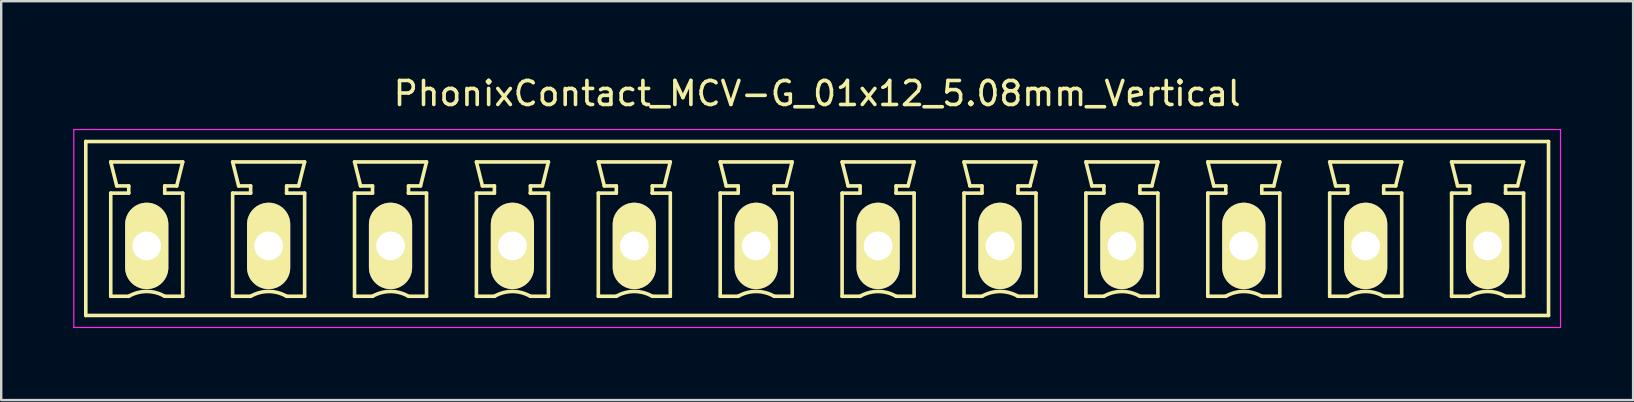
<source format=kicad_pcb>
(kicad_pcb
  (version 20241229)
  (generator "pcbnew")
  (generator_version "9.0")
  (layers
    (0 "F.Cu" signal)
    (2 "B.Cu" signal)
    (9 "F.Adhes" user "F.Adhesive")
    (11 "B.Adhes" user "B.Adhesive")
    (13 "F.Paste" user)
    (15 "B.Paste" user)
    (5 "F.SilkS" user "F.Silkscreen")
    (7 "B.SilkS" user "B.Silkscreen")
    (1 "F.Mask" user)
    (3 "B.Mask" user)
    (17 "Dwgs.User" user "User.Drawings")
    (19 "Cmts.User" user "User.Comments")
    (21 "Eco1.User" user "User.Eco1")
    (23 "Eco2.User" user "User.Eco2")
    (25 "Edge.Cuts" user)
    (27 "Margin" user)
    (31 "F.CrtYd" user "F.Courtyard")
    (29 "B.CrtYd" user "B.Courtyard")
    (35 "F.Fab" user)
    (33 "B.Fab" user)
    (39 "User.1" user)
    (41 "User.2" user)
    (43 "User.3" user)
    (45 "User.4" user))
  (footprint "PhonixContact_MCV-G_01x12_5.08mm_Vertical"
    (layer "F.Cu")
    (at 3.065 7.198)
    (property "Reference" "PhonixContact_MCV-G_01x12_5.08mm_Vertical" (at 27.94 -6.35 0) (layer "F.SilkS") (effects (font (size 1 1) (thickness 0.15))))
    (attr through_hole)
    (fp_line (start -2.54 -4.35) (end -2.54 2.9) (stroke (width 0.15) (type solid)) (layer "F.SilkS"))
    (fp_line (start -2.54 2.9) (end 58.42 2.9) (stroke (width 0.15) (type solid)) (layer "F.SilkS"))
    (fp_line (start -1.5 -3.5) (end 1.5 -3.5) (stroke (width 0.15) (type solid)) (layer "F.SilkS"))
    (fp_line (start -1.5 -2.2) (end -0.75 -2.2) (stroke (width 0.15) (type solid)) (layer "F.SilkS"))
    (fp_line (start -1.5 2.1) (end -1.5 -2.2) (stroke (width 0.15) (type solid)) (layer "F.SilkS"))
    (fp_line (start -1.25 -2.5) (end -1.5 -3.5) (stroke (width 0.15) (type solid)) (layer "F.SilkS"))
    (fp_line (start -0.75 -2.5) (end -1.25 -2.5) (stroke (width 0.15) (type solid)) (layer "F.SilkS"))
    (fp_line (start -0.75 -2.2) (end -0.75 -2.5) (stroke (width 0.15) (type solid)) (layer "F.SilkS"))
    (fp_line (start -0.75 2.1) (end -1.5 2.1) (stroke (width 0.15) (type solid)) (layer "F.SilkS"))
    (fp_line (start 0.75 -2.5) (end 0.75 -2.2) (stroke (width 0.15) (type solid)) (layer "F.SilkS"))
    (fp_line (start 0.75 -2.2) (end 0.75 -2.2) (stroke (width 0.15) (type solid)) (layer "F.SilkS"))
    (fp_line (start 0.75 -2.2) (end 1.5 -2.2) (stroke (width 0.15) (type solid)) (layer "F.SilkS"))
    (fp_line (start 1.25 -2.5) (end 0.75 -2.5) (stroke (width 0.15) (type solid)) (layer "F.SilkS"))
    (fp_line (start 1.5 -3.5) (end 1.25 -2.5) (stroke (width 0.15) (type solid)) (layer "F.SilkS"))
    (fp_line (start 1.5 -2.2) (end 1.5 2.1) (stroke (width 0.15) (type solid)) (layer "F.SilkS"))
    (fp_line (start 1.5 2.1) (end 0.75 2.1) (stroke (width 0.15) (type solid)) (layer "F.SilkS"))
    (fp_line (start 3.58 -3.5) (end 6.58 -3.5) (stroke (width 0.15) (type solid)) (layer "F.SilkS"))
    (fp_line (start 3.58 -2.2) (end 4.33 -2.2) (stroke (width 0.15) (type solid)) (layer "F.SilkS"))
    (fp_line (start 3.58 2.1) (end 3.58 -2.2) (stroke (width 0.15) (type solid)) (layer "F.SilkS"))
    (fp_line (start 3.83 -2.5) (end 3.58 -3.5) (stroke (width 0.15) (type solid)) (layer "F.SilkS"))
    (fp_line (start 4.33 -2.5) (end 3.83 -2.5) (stroke (width 0.15) (type solid)) (layer "F.SilkS"))
    (fp_line (start 4.33 -2.2) (end 4.33 -2.5) (stroke (width 0.15) (type solid)) (layer "F.SilkS"))
    (fp_line (start 4.33 2.1) (end 3.58 2.1) (stroke (width 0.15) (type solid)) (layer "F.SilkS"))
    (fp_line (start 5.83 -2.5) (end 5.83 -2.2) (stroke (width 0.15) (type solid)) (layer "F.SilkS"))
    (fp_line (start 5.83 -2.2) (end 5.83 -2.2) (stroke (width 0.15) (type solid)) (layer "F.SilkS"))
    (fp_line (start 5.83 -2.2) (end 6.58 -2.2) (stroke (width 0.15) (type solid)) (layer "F.SilkS"))
    (fp_line (start 6.33 -2.5) (end 5.83 -2.5) (stroke (width 0.15) (type solid)) (layer "F.SilkS"))
    (fp_line (start 6.58 -3.5) (end 6.33 -2.5) (stroke (width 0.15) (type solid)) (layer "F.SilkS"))
    (fp_line (start 6.58 -2.2) (end 6.58 2.1) (stroke (width 0.15) (type solid)) (layer "F.SilkS"))
    (fp_line (start 6.58 2.1) (end 5.83 2.1) (stroke (width 0.15) (type solid)) (layer "F.SilkS"))
    (fp_line (start 8.66 -3.5) (end 11.66 -3.5) (stroke (width 0.15) (type solid)) (layer "F.SilkS"))
    (fp_line (start 8.66 -2.2) (end 9.41 -2.2) (stroke (width 0.15) (type solid)) (layer "F.SilkS"))
    (fp_line (start 8.66 2.1) (end 8.66 -2.2) (stroke (width 0.15) (type solid)) (layer "F.SilkS"))
    (fp_line (start 8.91 -2.5) (end 8.66 -3.5) (stroke (width 0.15) (type solid)) (layer "F.SilkS"))
    (fp_line (start 9.41 -2.5) (end 8.91 -2.5) (stroke (width 0.15) (type solid)) (layer "F.SilkS"))
    (fp_line (start 9.41 -2.2) (end 9.41 -2.5) (stroke (width 0.15) (type solid)) (layer "F.SilkS"))
    (fp_line (start 9.41 2.1) (end 8.66 2.1) (stroke (width 0.15) (type solid)) (layer "F.SilkS"))
    (fp_line (start 10.91 -2.5) (end 10.91 -2.2) (stroke (width 0.15) (type solid)) (layer "F.SilkS"))
    (fp_line (start 10.91 -2.2) (end 10.91 -2.2) (stroke (width 0.15) (type solid)) (layer "F.SilkS"))
    (fp_line (start 10.91 -2.2) (end 11.66 -2.2) (stroke (width 0.15) (type solid)) (layer "F.SilkS"))
    (fp_line (start 11.41 -2.5) (end 10.91 -2.5) (stroke (width 0.15) (type solid)) (layer "F.SilkS"))
    (fp_line (start 11.66 -3.5) (end 11.41 -2.5) (stroke (width 0.15) (type solid)) (layer "F.SilkS"))
    (fp_line (start 11.66 -2.2) (end 11.66 2.1) (stroke (width 0.15) (type solid)) (layer "F.SilkS"))
    (fp_line (start 11.66 2.1) (end 10.91 2.1) (stroke (width 0.15) (type solid)) (layer "F.SilkS"))
    (fp_line (start 13.74 -3.5) (end 16.74 -3.5) (stroke (width 0.15) (type solid)) (layer "F.SilkS"))
    (fp_line (start 13.74 -2.2) (end 14.49 -2.2) (stroke (width 0.15) (type solid)) (layer "F.SilkS"))
    (fp_line (start 13.74 2.1) (end 13.74 -2.2) (stroke (width 0.15) (type solid)) (layer "F.SilkS"))
    (fp_line (start 13.99 -2.5) (end 13.74 -3.5) (stroke (width 0.15) (type solid)) (layer "F.SilkS"))
    (fp_line (start 14.49 -2.5) (end 13.99 -2.5) (stroke (width 0.15) (type solid)) (layer "F.SilkS"))
    (fp_line (start 14.49 -2.2) (end 14.49 -2.5) (stroke (width 0.15) (type solid)) (layer "F.SilkS"))
    (fp_line (start 14.49 2.1) (end 13.74 2.1) (stroke (width 0.15) (type solid)) (layer "F.SilkS"))
    (fp_line (start 15.99 -2.5) (end 15.99 -2.2) (stroke (width 0.15) (type solid)) (layer "F.SilkS"))
    (fp_line (start 15.99 -2.2) (end 15.99 -2.2) (stroke (width 0.15) (type solid)) (layer "F.SilkS"))
    (fp_line (start 15.99 -2.2) (end 16.74 -2.2) (stroke (width 0.15) (type solid)) (layer "F.SilkS"))
    (fp_line (start 16.49 -2.5) (end 15.99 -2.5) (stroke (width 0.15) (type solid)) (layer "F.SilkS"))
    (fp_line (start 16.74 -3.5) (end 16.49 -2.5) (stroke (width 0.15) (type solid)) (layer "F.SilkS"))
    (fp_line (start 16.74 -2.2) (end 16.74 2.1) (stroke (width 0.15) (type solid)) (layer "F.SilkS"))
    (fp_line (start 16.74 2.1) (end 15.99 2.1) (stroke (width 0.15) (type solid)) (layer "F.SilkS"))
    (fp_line (start 18.82 -3.5) (end 21.82 -3.5) (stroke (width 0.15) (type solid)) (layer "F.SilkS"))
    (fp_line (start 18.82 -2.2) (end 19.57 -2.2) (stroke (width 0.15) (type solid)) (layer "F.SilkS"))
    (fp_line (start 18.82 2.1) (end 18.82 -2.2) (stroke (width 0.15) (type solid)) (layer "F.SilkS"))
    (fp_line (start 19.07 -2.5) (end 18.82 -3.5) (stroke (width 0.15) (type solid)) (layer "F.SilkS"))
    (fp_line (start 19.57 -2.5) (end 19.07 -2.5) (stroke (width 0.15) (type solid)) (layer "F.SilkS"))
    (fp_line (start 19.57 -2.2) (end 19.57 -2.5) (stroke (width 0.15) (type solid)) (layer "F.SilkS"))
    (fp_line (start 19.57 2.1) (end 18.82 2.1) (stroke (width 0.15) (type solid)) (layer "F.SilkS"))
    (fp_line (start 21.07 -2.5) (end 21.07 -2.2) (stroke (width 0.15) (type solid)) (layer "F.SilkS"))
    (fp_line (start 21.07 -2.2) (end 21.07 -2.2) (stroke (width 0.15) (type solid)) (layer "F.SilkS"))
    (fp_line (start 21.07 -2.2) (end 21.82 -2.2) (stroke (width 0.15) (type solid)) (layer "F.SilkS"))
    (fp_line (start 21.57 -2.5) (end 21.07 -2.5) (stroke (width 0.15) (type solid)) (layer "F.SilkS"))
    (fp_line (start 21.82 -3.5) (end 21.57 -2.5) (stroke (width 0.15) (type solid)) (layer "F.SilkS"))
    (fp_line (start 21.82 -2.2) (end 21.82 2.1) (stroke (width 0.15) (type solid)) (layer "F.SilkS"))
    (fp_line (start 21.82 2.1) (end 21.07 2.1) (stroke (width 0.15) (type solid)) (layer "F.SilkS"))
    (fp_line (start 23.9 -3.5) (end 26.9 -3.5) (stroke (width 0.15) (type solid)) (layer "F.SilkS"))
    (fp_line (start 23.9 -2.2) (end 24.65 -2.2) (stroke (width 0.15) (type solid)) (layer "F.SilkS"))
    (fp_line (start 23.9 2.1) (end 23.9 -2.2) (stroke (width 0.15) (type solid)) (layer "F.SilkS"))
    (fp_line (start 24.15 -2.5) (end 23.9 -3.5) (stroke (width 0.15) (type solid)) (layer "F.SilkS"))
    (fp_line (start 24.65 -2.5) (end 24.15 -2.5) (stroke (width 0.15) (type solid)) (layer "F.SilkS"))
    (fp_line (start 24.65 -2.2) (end 24.65 -2.5) (stroke (width 0.15) (type solid)) (layer "F.SilkS"))
    (fp_line (start 24.65 2.1) (end 23.9 2.1) (stroke (width 0.15) (type solid)) (layer "F.SilkS"))
    (fp_line (start 26.15 -2.5) (end 26.15 -2.2) (stroke (width 0.15) (type solid)) (layer "F.SilkS"))
    (fp_line (start 26.15 -2.2) (end 26.15 -2.2) (stroke (width 0.15) (type solid)) (layer "F.SilkS"))
    (fp_line (start 26.15 -2.2) (end 26.9 -2.2) (stroke (width 0.15) (type solid)) (layer "F.SilkS"))
    (fp_line (start 26.65 -2.5) (end 26.15 -2.5) (stroke (width 0.15) (type solid)) (layer "F.SilkS"))
    (fp_line (start 26.9 -3.5) (end 26.65 -2.5) (stroke (width 0.15) (type solid)) (layer "F.SilkS"))
    (fp_line (start 26.9 -2.2) (end 26.9 2.1) (stroke (width 0.15) (type solid)) (layer "F.SilkS"))
    (fp_line (start 26.9 2.1) (end 26.15 2.1) (stroke (width 0.15) (type solid)) (layer "F.SilkS"))
    (fp_line (start 28.98 -3.5) (end 31.98 -3.5) (stroke (width 0.15) (type solid)) (layer "F.SilkS"))
    (fp_line (start 28.98 -2.2) (end 29.73 -2.2) (stroke (width 0.15) (type solid)) (layer "F.SilkS"))
    (fp_line (start 28.98 2.1) (end 28.98 -2.2) (stroke (width 0.15) (type solid)) (layer "F.SilkS"))
    (fp_line (start 29.23 -2.5) (end 28.98 -3.5) (stroke (width 0.15) (type solid)) (layer "F.SilkS"))
    (fp_line (start 29.73 -2.5) (end 29.23 -2.5) (stroke (width 0.15) (type solid)) (layer "F.SilkS"))
    (fp_line (start 29.73 -2.2) (end 29.73 -2.5) (stroke (width 0.15) (type solid)) (layer "F.SilkS"))
    (fp_line (start 29.73 2.1) (end 28.98 2.1) (stroke (width 0.15) (type solid)) (layer "F.SilkS"))
    (fp_line (start 31.23 -2.5) (end 31.23 -2.2) (stroke (width 0.15) (type solid)) (layer "F.SilkS"))
    (fp_line (start 31.23 -2.2) (end 31.23 -2.2) (stroke (width 0.15) (type solid)) (layer "F.SilkS"))
    (fp_line (start 31.23 -2.2) (end 31.98 -2.2) (stroke (width 0.15) (type solid)) (layer "F.SilkS"))
    (fp_line (start 31.73 -2.5) (end 31.23 -2.5) (stroke (width 0.15) (type solid)) (layer "F.SilkS"))
    (fp_line (start 31.98 -3.5) (end 31.73 -2.5) (stroke (width 0.15) (type solid)) (layer "F.SilkS"))
    (fp_line (start 31.98 -2.2) (end 31.98 2.1) (stroke (width 0.15) (type solid)) (layer "F.SilkS"))
    (fp_line (start 31.98 2.1) (end 31.23 2.1) (stroke (width 0.15) (type solid)) (layer "F.SilkS"))
    (fp_line (start 34.06 -3.5) (end 37.06 -3.5) (stroke (width 0.15) (type solid)) (layer "F.SilkS"))
    (fp_line (start 34.06 -2.2) (end 34.81 -2.2) (stroke (width 0.15) (type solid)) (layer "F.SilkS"))
    (fp_line (start 34.06 2.1) (end 34.06 -2.2) (stroke (width 0.15) (type solid)) (layer "F.SilkS"))
    (fp_line (start 34.31 -2.5) (end 34.06 -3.5) (stroke (width 0.15) (type solid)) (layer "F.SilkS"))
    (fp_line (start 34.81 -2.5) (end 34.31 -2.5) (stroke (width 0.15) (type solid)) (layer "F.SilkS"))
    (fp_line (start 34.81 -2.2) (end 34.81 -2.5) (stroke (width 0.15) (type solid)) (layer "F.SilkS"))
    (fp_line (start 34.81 2.1) (end 34.06 2.1) (stroke (width 0.15) (type solid)) (layer "F.SilkS"))
    (fp_line (start 36.31 -2.5) (end 36.31 -2.2) (stroke (width 0.15) (type solid)) (layer "F.SilkS"))
    (fp_line (start 36.31 -2.2) (end 36.31 -2.2) (stroke (width 0.15) (type solid)) (layer "F.SilkS"))
    (fp_line (start 36.31 -2.2) (end 37.06 -2.2) (stroke (width 0.15) (type solid)) (layer "F.SilkS"))
    (fp_line (start 36.81 -2.5) (end 36.31 -2.5) (stroke (width 0.15) (type solid)) (layer "F.SilkS"))
    (fp_line (start 37.06 -3.5) (end 36.81 -2.5) (stroke (width 0.15) (type solid)) (layer "F.SilkS"))
    (fp_line (start 37.06 -2.2) (end 37.06 2.1) (stroke (width 0.15) (type solid)) (layer "F.SilkS"))
    (fp_line (start 37.06 2.1) (end 36.31 2.1) (stroke (width 0.15) (type solid)) (layer "F.SilkS"))
    (fp_line (start 39.14 -3.5) (end 42.14 -3.5) (stroke (width 0.15) (type solid)) (layer "F.SilkS"))
    (fp_line (start 39.14 -2.2) (end 39.89 -2.2) (stroke (width 0.15) (type solid)) (layer "F.SilkS"))
    (fp_line (start 39.14 2.1) (end 39.14 -2.2) (stroke (width 0.15) (type solid)) (layer "F.SilkS"))
    (fp_line (start 39.39 -2.5) (end 39.14 -3.5) (stroke (width 0.15) (type solid)) (layer "F.SilkS"))
    (fp_line (start 39.89 -2.5) (end 39.39 -2.5) (stroke (width 0.15) (type solid)) (layer "F.SilkS"))
    (fp_line (start 39.89 -2.2) (end 39.89 -2.5) (stroke (width 0.15) (type solid)) (layer "F.SilkS"))
    (fp_line (start 39.89 2.1) (end 39.14 2.1) (stroke (width 0.15) (type solid)) (layer "F.SilkS"))
    (fp_line (start 41.39 -2.5) (end 41.39 -2.2) (stroke (width 0.15) (type solid)) (layer "F.SilkS"))
    (fp_line (start 41.39 -2.2) (end 41.39 -2.2) (stroke (width 0.15) (type solid)) (layer "F.SilkS"))
    (fp_line (start 41.39 -2.2) (end 42.14 -2.2) (stroke (width 0.15) (type solid)) (layer "F.SilkS"))
    (fp_line (start 41.89 -2.5) (end 41.39 -2.5) (stroke (width 0.15) (type solid)) (layer "F.SilkS"))
    (fp_line (start 42.14 -3.5) (end 41.89 -2.5) (stroke (width 0.15) (type solid)) (layer "F.SilkS"))
    (fp_line (start 42.14 -2.2) (end 42.14 2.1) (stroke (width 0.15) (type solid)) (layer "F.SilkS"))
    (fp_line (start 42.14 2.1) (end 41.39 2.1) (stroke (width 0.15) (type solid)) (layer "F.SilkS"))
    (fp_line (start 44.22 -3.5) (end 47.22 -3.5) (stroke (width 0.15) (type solid)) (layer "F.SilkS"))
    (fp_line (start 44.22 -2.2) (end 44.97 -2.2) (stroke (width 0.15) (type solid)) (layer "F.SilkS"))
    (fp_line (start 44.22 2.1) (end 44.22 -2.2) (stroke (width 0.15) (type solid)) (layer "F.SilkS"))
    (fp_line (start 44.47 -2.5) (end 44.22 -3.5) (stroke (width 0.15) (type solid)) (layer "F.SilkS"))
    (fp_line (start 44.97 -2.5) (end 44.47 -2.5) (stroke (width 0.15) (type solid)) (layer "F.SilkS"))
    (fp_line (start 44.97 -2.2) (end 44.97 -2.5) (stroke (width 0.15) (type solid)) (layer "F.SilkS"))
    (fp_line (start 44.97 2.1) (end 44.22 2.1) (stroke (width 0.15) (type solid)) (layer "F.SilkS"))
    (fp_line (start 46.47 -2.5) (end 46.47 -2.2) (stroke (width 0.15) (type solid)) (layer "F.SilkS"))
    (fp_line (start 46.47 -2.2) (end 46.47 -2.2) (stroke (width 0.15) (type solid)) (layer "F.SilkS"))
    (fp_line (start 46.47 -2.2) (end 47.22 -2.2) (stroke (width 0.15) (type solid)) (layer "F.SilkS"))
    (fp_line (start 46.97 -2.5) (end 46.47 -2.5) (stroke (width 0.15) (type solid)) (layer "F.SilkS"))
    (fp_line (start 47.22 -3.5) (end 46.97 -2.5) (stroke (width 0.15) (type solid)) (layer "F.SilkS"))
    (fp_line (start 47.22 -2.2) (end 47.22 2.1) (stroke (width 0.15) (type solid)) (layer "F.SilkS"))
    (fp_line (start 47.22 2.1) (end 46.47 2.1) (stroke (width 0.15) (type solid)) (layer "F.SilkS"))
    (fp_line (start 49.3 -3.5) (end 52.3 -3.5) (stroke (width 0.15) (type solid)) (layer "F.SilkS"))
    (fp_line (start 49.3 -2.2) (end 50.05 -2.2) (stroke (width 0.15) (type solid)) (layer "F.SilkS"))
    (fp_line (start 49.3 2.1) (end 49.3 -2.2) (stroke (width 0.15) (type solid)) (layer "F.SilkS"))
    (fp_line (start 49.55 -2.5) (end 49.3 -3.5) (stroke (width 0.15) (type solid)) (layer "F.SilkS"))
    (fp_line (start 50.05 -2.5) (end 49.55 -2.5) (stroke (width 0.15) (type solid)) (layer "F.SilkS"))
    (fp_line (start 50.05 -2.2) (end 50.05 -2.5) (stroke (width 0.15) (type solid)) (layer "F.SilkS"))
    (fp_line (start 50.05 2.1) (end 49.3 2.1) (stroke (width 0.15) (type solid)) (layer "F.SilkS"))
    (fp_line (start 51.55 -2.5) (end 51.55 -2.2) (stroke (width 0.15) (type solid)) (layer "F.SilkS"))
    (fp_line (start 51.55 -2.2) (end 51.55 -2.2) (stroke (width 0.15) (type solid)) (layer "F.SilkS"))
    (fp_line (start 51.55 -2.2) (end 52.3 -2.2) (stroke (width 0.15) (type solid)) (layer "F.SilkS"))
    (fp_line (start 52.05 -2.5) (end 51.55 -2.5) (stroke (width 0.15) (type solid)) (layer "F.SilkS"))
    (fp_line (start 52.3 -3.5) (end 52.05 -2.5) (stroke (width 0.15) (type solid)) (layer "F.SilkS"))
    (fp_line (start 52.3 -2.2) (end 52.3 2.1) (stroke (width 0.15) (type solid)) (layer "F.SilkS"))
    (fp_line (start 52.3 2.1) (end 51.55 2.1) (stroke (width 0.15) (type solid)) (layer "F.SilkS"))
    (fp_line (start 54.38 -3.5) (end 57.38 -3.5) (stroke (width 0.15) (type solid)) (layer "F.SilkS"))
    (fp_line (start 54.38 -2.2) (end 55.13 -2.2) (stroke (width 0.15) (type solid)) (layer "F.SilkS"))
    (fp_line (start 54.38 2.1) (end 54.38 -2.2) (stroke (width 0.15) (type solid)) (layer "F.SilkS"))
    (fp_line (start 54.63 -2.5) (end 54.38 -3.5) (stroke (width 0.15) (type solid)) (layer "F.SilkS"))
    (fp_line (start 55.13 -2.5) (end 54.63 -2.5) (stroke (width 0.15) (type solid)) (layer "F.SilkS"))
    (fp_line (start 55.13 -2.2) (end 55.13 -2.5) (stroke (width 0.15) (type solid)) (layer "F.SilkS"))
    (fp_line (start 55.13 2.1) (end 54.38 2.1) (stroke (width 0.15) (type solid)) (layer "F.SilkS"))
    (fp_line (start 56.63 -2.5) (end 56.63 -2.2) (stroke (width 0.15) (type solid)) (layer "F.SilkS"))
    (fp_line (start 56.63 -2.2) (end 56.63 -2.2) (stroke (width 0.15) (type solid)) (layer "F.SilkS"))
    (fp_line (start 56.63 -2.2) (end 57.38 -2.2) (stroke (width 0.15) (type solid)) (layer "F.SilkS"))
    (fp_line (start 57.13 -2.5) (end 56.63 -2.5) (stroke (width 0.15) (type solid)) (layer "F.SilkS"))
    (fp_line (start 57.38 -3.5) (end 57.13 -2.5) (stroke (width 0.15) (type solid)) (layer "F.SilkS"))
    (fp_line (start 57.38 -2.2) (end 57.38 2.1) (stroke (width 0.15) (type solid)) (layer "F.SilkS"))
    (fp_line (start 57.38 2.1) (end 56.63 2.1) (stroke (width 0.15) (type solid)) (layer "F.SilkS"))
    (fp_line (start 58.42 -4.35) (end -2.54 -4.35) (stroke (width 0.15) (type solid)) (layer "F.SilkS"))
    (fp_line (start 58.42 2.9) (end 58.42 -4.35) (stroke (width 0.15) (type solid)) (layer "F.SilkS"))
    (fp_arc (start -0.75 2.1) (mid -0.006068 1.899179) (end 0.739464 2.093978) (stroke (width 0.15) (type solid)) (layer "F.SilkS"))
    (fp_arc (start 4.33 2.1) (mid 5.073932 1.899179) (end 5.819464 2.093978) (stroke (width 0.15) (type solid)) (layer "F.SilkS"))
    (fp_arc (start 9.41 2.1) (mid 10.153932 1.899179) (end 10.899464 2.093978) (stroke (width 0.15) (type solid)) (layer "F.SilkS"))
    (fp_arc (start 14.49 2.1) (mid 15.233932 1.899179) (end 15.979464 2.093978) (stroke (width 0.15) (type solid)) (layer "F.SilkS"))
    (fp_arc (start 19.57 2.1) (mid 20.313932 1.899179) (end 21.059464 2.093978) (stroke (width 0.15) (type solid)) (layer "F.SilkS"))
    (fp_arc (start 24.65 2.1) (mid 25.393932 1.899179) (end 26.139464 2.093978) (stroke (width 0.15) (type solid)) (layer "F.SilkS"))
    (fp_arc (start 29.73 2.1) (mid 30.473932 1.899179) (end 31.219464 2.093978) (stroke (width 0.15) (type solid)) (layer "F.SilkS"))
    (fp_arc (start 34.81 2.1) (mid 35.553932 1.899179) (end 36.299464 2.093978) (stroke (width 0.15) (type solid)) (layer "F.SilkS"))
    (fp_arc (start 39.89 2.1) (mid 40.633932 1.899179) (end 41.379464 2.093978) (stroke (width 0.15) (type solid)) (layer "F.SilkS"))
    (fp_arc (start 44.97 2.1) (mid 45.713932 1.899179) (end 46.459464 2.093978) (stroke (width 0.15) (type solid)) (layer "F.SilkS"))
    (fp_arc (start 50.05 2.1) (mid 50.793932 1.899179) (end 51.539464 2.093978) (stroke (width 0.15) (type solid)) (layer "F.SilkS"))
    (fp_arc (start 55.13 2.1) (mid 55.873932 1.899179) (end 56.619464 2.093978) (stroke (width 0.15) (type solid)) (layer "F.SilkS"))
    (fp_line (start -3.04 -4.85) (end -3.04 3.4) (stroke (width 0.05) (type solid)) (layer "F.CrtYd"))
    (fp_line (start -3.04 3.4) (end 58.92 3.4) (stroke (width 0.05) (type solid)) (layer "F.CrtYd"))
    (fp_line (start 58.92 -4.85) (end -3.04 -4.85) (stroke (width 0.05) (type solid)) (layer "F.CrtYd"))
    (fp_line (start 58.92 3.4) (end 58.92 -4.85) (stroke (width 0.05) (type solid)) (layer "F.CrtYd"))
    (pad "1" thru_hole oval (at 0 0) (size 1.8 3.6) (drill 1.2) (layers "*.Cu" "*.Mask" "F.SilkS"))
    (pad "2" thru_hole oval (at 5.08 0) (size 1.8 3.6) (drill 1.2) (layers "*.Cu" "*.Mask" "F.SilkS"))
    (pad "3" thru_hole oval (at 10.16 0) (size 1.8 3.6) (drill 1.2) (layers "*.Cu" "*.Mask" "F.SilkS"))
    (pad "4" thru_hole oval (at 15.24 0) (size 1.8 3.6) (drill 1.2) (layers "*.Cu" "*.Mask" "F.SilkS"))
    (pad "5" thru_hole oval (at 20.32 0) (size 1.8 3.6) (drill 1.2) (layers "*.Cu" "*.Mask" "F.SilkS"))
    (pad "6" thru_hole oval (at 25.4 0) (size 1.8 3.6) (drill 1.2) (layers "*.Cu" "*.Mask" "F.SilkS"))
    (pad "7" thru_hole oval (at 30.48 0) (size 1.8 3.6) (drill 1.2) (layers "*.Cu" "*.Mask" "F.SilkS"))
    (pad "8" thru_hole oval (at 35.56 0) (size 1.8 3.6) (drill 1.2) (layers "*.Cu" "*.Mask" "F.SilkS"))
    (pad "9" thru_hole oval (at 40.64 0) (size 1.8 3.6) (drill 1.2) (layers "*.Cu" "*.Mask" "F.SilkS"))
    (pad "10" thru_hole oval (at 45.72 0) (size 1.8 3.6) (drill 1.2) (layers "*.Cu" "*.Mask" "F.SilkS"))
    (pad "11" thru_hole oval (at 50.8 0) (size 1.8 3.6) (drill 1.2) (layers "*.Cu" "*.Mask" "F.SilkS"))
    (pad "12" thru_hole oval (at 55.88 0) (size 1.8 3.6) (drill 1.2) (layers "*.Cu" "*.Mask" "F.SilkS")))
  (gr_rect
    (start -3 -3)
    (end 65.01 13.623)
    (stroke (width 0.1) (type default))
    (fill no)
    (layer "Edge.Cuts")))
</source>
